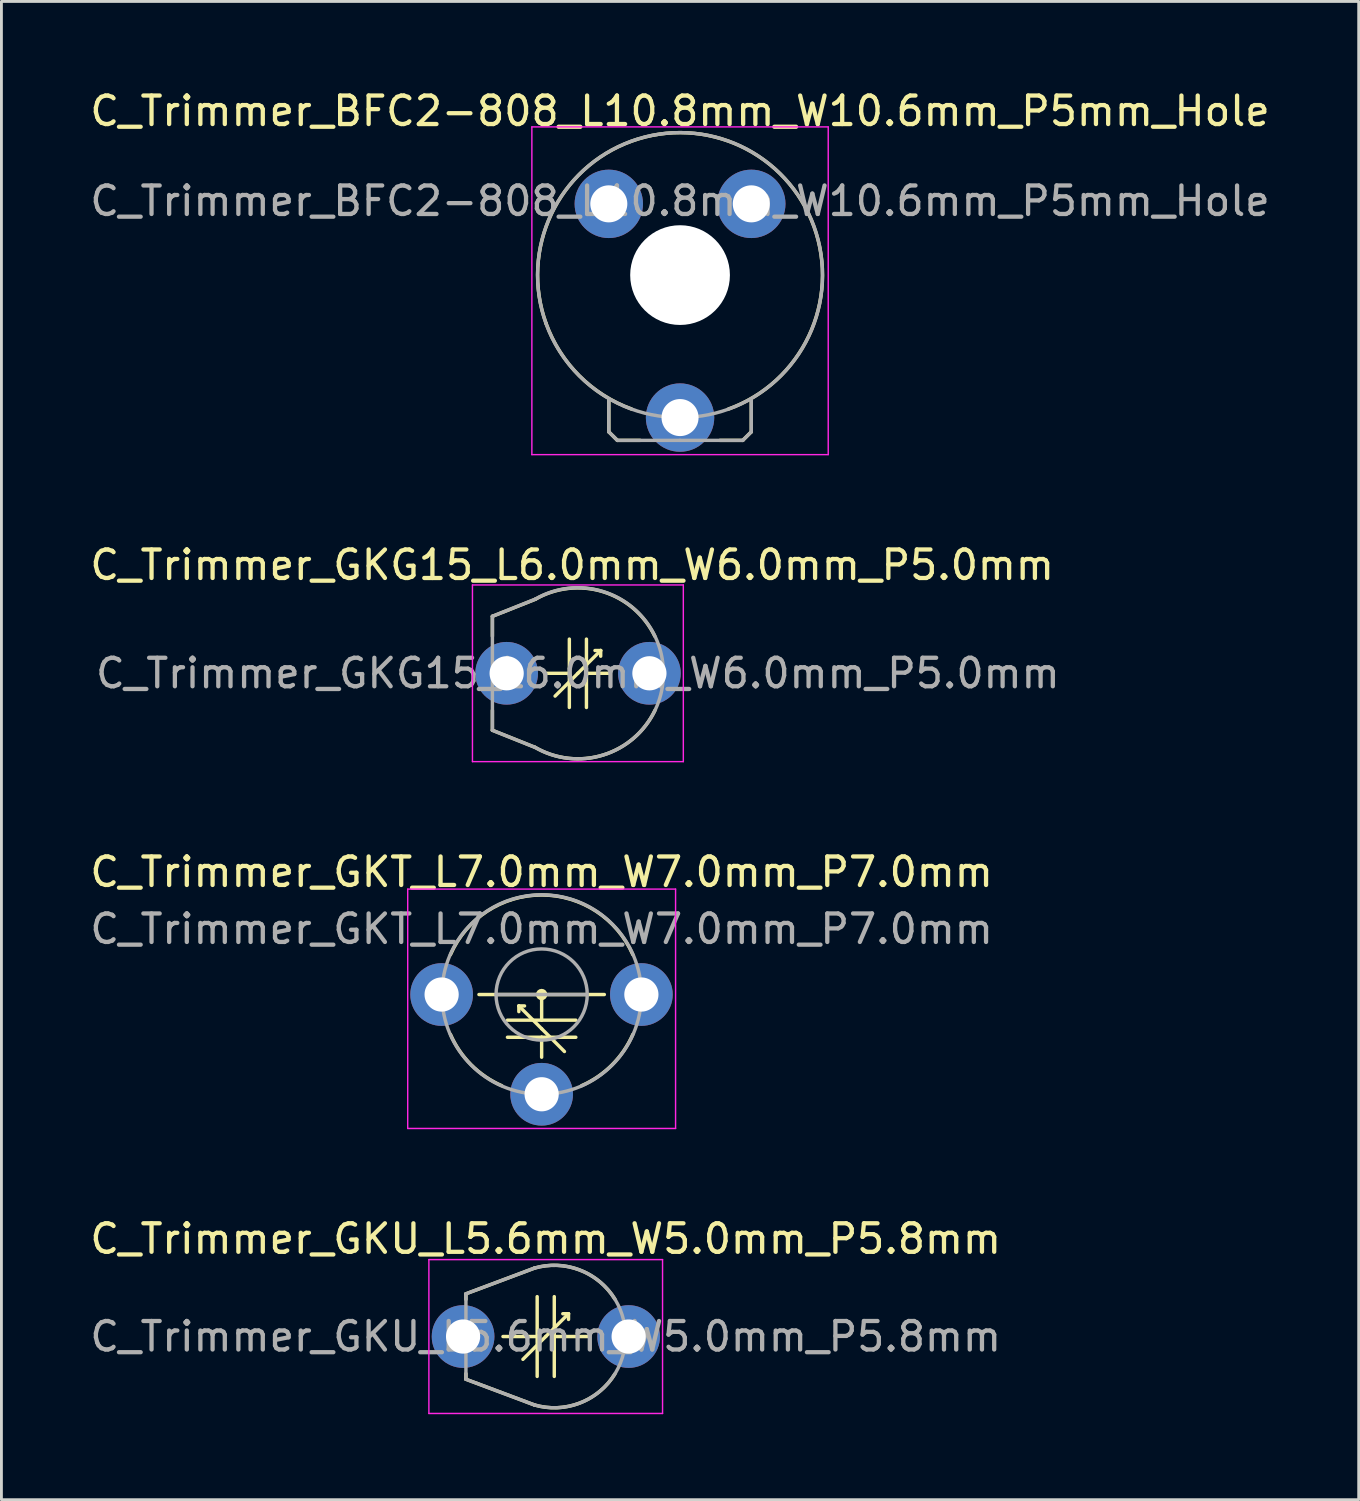
<source format=kicad_pcb>
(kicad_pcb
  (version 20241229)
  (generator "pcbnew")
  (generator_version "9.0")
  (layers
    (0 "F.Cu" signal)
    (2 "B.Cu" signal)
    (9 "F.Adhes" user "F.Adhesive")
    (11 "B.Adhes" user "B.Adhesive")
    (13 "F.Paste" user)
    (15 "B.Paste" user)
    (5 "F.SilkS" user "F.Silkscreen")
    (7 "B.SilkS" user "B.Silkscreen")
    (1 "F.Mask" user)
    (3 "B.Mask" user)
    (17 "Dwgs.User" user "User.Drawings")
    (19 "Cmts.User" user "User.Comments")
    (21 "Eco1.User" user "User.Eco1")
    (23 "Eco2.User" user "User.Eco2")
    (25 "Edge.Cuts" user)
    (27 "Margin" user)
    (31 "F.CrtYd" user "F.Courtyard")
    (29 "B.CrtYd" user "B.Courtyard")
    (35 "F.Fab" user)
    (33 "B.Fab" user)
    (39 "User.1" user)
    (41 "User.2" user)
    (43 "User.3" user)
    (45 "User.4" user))
  (footprint "C_Trimmer_GKT_L7.0mm_W7.0mm_P7.0mm"
    (layer "F.Cu")
    (at 15.958 35.351)
    (property "Reference" "C_Trimmer_GKT_L7.0mm_W7.0mm_P7.0mm" (at 0 -7.8 0) (layer "F.SilkS") (effects (font (size 1 1) (thickness 0.15))))
    (attr through_hole)
    (fp_line (start -2.2 -3.5) (end 2.2 -3.5) (stroke (width 0.12) (type solid)) (layer "F.SilkS"))
    (fp_line (start -0.8 -3.1) (end -0.8 -2.9) (stroke (width 0.12) (type solid)) (layer "F.SilkS"))
    (fp_line (start -0.8 -3.1) (end -0.6 -3.1) (stroke (width 0.12) (type solid)) (layer "F.SilkS"))
    (fp_line (start 0 -2.6) (end 0 -3.5) (stroke (width 0.12) (type solid)) (layer "F.SilkS"))
    (fp_line (start 0 -2.3) (end -0.8 -3.1) (stroke (width 0.12) (type solid)) (layer "F.SilkS"))
    (fp_line (start 0 -2.3) (end 0.8 -1.5) (stroke (width 0.12) (type solid)) (layer "F.SilkS"))
    (fp_line (start 0 -2) (end -1.2 -2) (stroke (width 0.12) (type solid)) (layer "F.SilkS"))
    (fp_line (start 0 -2) (end 1.2 -2) (stroke (width 0.12) (type solid)) (layer "F.SilkS"))
    (fp_line (start 0 -1.3) (end 0 -2) (stroke (width 0.12) (type solid)) (layer "F.SilkS"))
    (fp_line (start 1.2 -2.6) (end -1.2 -2.6) (stroke (width 0.12) (type solid)) (layer "F.SilkS"))
    (fp_arc (start -3.199999 -4.9) (mid 0 -6.992849) (end 3.199999 -4.899999) (stroke (width 0.12) (type solid)) (layer "F.SilkS"))
    (fp_arc (start -1.399999 -0.300001) (mid -2.469817 -1.030183) (end -3.199999 -2.100001) (stroke (width 0.12) (type solid)) (layer "F.SilkS"))
    (fp_arc (start 3.199999 -2.1) (mid 2.469817 -1.030183) (end 1.399999 -0.300001) (stroke (width 0.12) (type solid)) (layer "F.SilkS"))
    (fp_circle (center 0 -3.5) (end 0.1 -3.5) (stroke (width 0.2) (type solid)) (fill no) (layer "F.SilkS"))
    (fp_line (start -4.7 -7.2) (end -4.7 1.2) (stroke (width 0.05) (type solid)) (layer "F.CrtYd"))
    (fp_line (start -4.7 1.2) (end 4.7 1.2) (stroke (width 0.05) (type solid)) (layer "F.CrtYd"))
    (fp_line (start 4.7 -7.2) (end -4.7 -7.2) (stroke (width 0.05) (type solid)) (layer "F.CrtYd"))
    (fp_line (start 4.7 1.2) (end 4.7 -7.2) (stroke (width 0.05) (type solid)) (layer "F.CrtYd"))
    (fp_line (start 1.6 -3.5) (end -1.6 -3.5) (stroke (width 0.12) (type solid)) (layer "F.Fab"))
    (fp_circle (center 0 -3.5) (end 1.6 -3.5) (stroke (width 0.12) (type solid)) (fill no) (layer "F.Fab"))
    (fp_circle (center 0 -3.5) (end 3.5 -3.5) (stroke (width 0.12) (type solid)) (fill no) (layer "F.Fab"))
    (fp_text user "${REFERENCE}" (at 0 -5.8 0) (layer "F.Fab") (effects (font (size 1 1) (thickness 0.15))))
    (pad "1" thru_hole circle (at 0 0) (size 2.2 2.2) (drill 1.2) (layers "*.Cu" "*.Mask"))
    (pad "2" thru_hole circle (at -3.51 -3.5) (size 2.2 2.2) (drill 1.2) (layers "*.Cu" "*.Mask"))
    (pad "2" thru_hole circle (at 3.5 -3.5) (size 2.2 2.2) (drill 1.2) (layers "*.Cu" "*.Mask")))
  (footprint "C_Trimmer_GKU_L5.6mm_W5.0mm_P5.8mm"
    (layer "F.Cu")
    (at 13.201 43.853)
    (property "Reference" "C_Trimmer_GKU_L5.6mm_W5.0mm_P5.8mm" (at 2.9 -3.429 0) (layer "F.SilkS") (effects (font (size 1 1) (thickness 0.15))))
    (attr through_hole)
    (fp_line (start 0.1 -1.5) (end 2.5 -2.4) (stroke (width 0.12) (type solid)) (layer "F.SilkS"))
    (fp_line (start 0.1 -1.3) (end 0.1 -1.5) (stroke (width 0.12) (type solid)) (layer "F.SilkS"))
    (fp_line (start 0.1 1.5) (end 0.1 1.3) (stroke (width 0.12) (type solid)) (layer "F.SilkS"))
    (fp_line (start 0.1 1.5) (end 2.5 2.4) (stroke (width 0.12) (type solid)) (layer "F.SilkS"))
    (fp_line (start 1.4 0) (end 2.6 0) (stroke (width 0.12) (type solid)) (layer "F.SilkS"))
    (fp_line (start 2.6 0) (end 2.6 -1.4) (stroke (width 0.12) (type solid)) (layer "F.SilkS"))
    (fp_line (start 2.6 0) (end 2.6 1.4) (stroke (width 0.12) (type solid)) (layer "F.SilkS"))
    (fp_line (start 2.9 0) (end 2.1 0.8) (stroke (width 0.12) (type solid)) (layer "F.SilkS"))
    (fp_line (start 2.9 0) (end 3.7 -0.8) (stroke (width 0.12) (type solid)) (layer "F.SilkS"))
    (fp_line (start 3.2 0) (end 4.4 0) (stroke (width 0.12) (type solid)) (layer "F.SilkS"))
    (fp_line (start 3.2 1.4) (end 3.2 -1.4) (stroke (width 0.12) (type solid)) (layer "F.SilkS"))
    (fp_line (start 3.7 -0.8) (end 3.5 -0.8) (stroke (width 0.12) (type solid)) (layer "F.SilkS"))
    (fp_line (start 3.7 -0.8) (end 3.7 -0.6) (stroke (width 0.12) (type solid)) (layer "F.SilkS"))
    (fp_arc (start 2.5 -2.4) (mid 4.095504 -2.334111) (end 5.325646 -1.315913) (stroke (width 0.12) (type solid)) (layer "F.SilkS"))
    (fp_arc (start 5.325663 1.315887) (mid 4.095519 2.334105) (end 2.5 2.4) (stroke (width 0.12) (type solid)) (layer "F.SilkS"))
    (fp_line (start -1.2 -2.7) (end -1.2 2.7) (stroke (width 0.05) (type solid)) (layer "F.CrtYd"))
    (fp_line (start -1.2 2.7) (end 7 2.7) (stroke (width 0.05) (type solid)) (layer "F.CrtYd"))
    (fp_line (start 7 -2.7) (end -1.2 -2.7) (stroke (width 0.05) (type solid)) (layer "F.CrtYd"))
    (fp_line (start 7 2.7) (end 7 -2.7) (stroke (width 0.05) (type solid)) (layer "F.CrtYd"))
    (fp_line (start 0.1 -1.5) (end 2.5 -2.4) (stroke (width 0.12) (type solid)) (layer "F.Fab"))
    (fp_line (start 0.1 0) (end 0.1 -1.5) (stroke (width 0.12) (type solid)) (layer "F.Fab"))
    (fp_line (start 0.1 0) (end 0.1 1.5) (stroke (width 0.12) (type solid)) (layer "F.Fab"))
    (fp_line (start 0.1 1.5) (end 2.5 2.4) (stroke (width 0.12) (type solid)) (layer "F.Fab"))
    (fp_arc (start 2.5 -2.4) (mid 5.7 0) (end 2.5 2.4) (stroke (width 0.12) (type solid)) (layer "F.Fab"))
    (fp_text user "${REFERENCE}" (at 2.9 0 0) (layer "F.Fab") (effects (font (size 1 1) (thickness 0.15))))
    (pad "1" thru_hole circle (at 0 0 180) (size 2.2 2.2) (drill 1.2) (layers "*.Cu" "*.Mask"))
    (pad "2" thru_hole circle (at 5.81 0 180) (size 2.2 2.2) (drill 1.2) (layers "*.Cu" "*.Mask")))
  (footprint "C_Trimmer_BFC2-808_L10.8mm_W10.6mm_P5mm_Hole"
    (layer "F.Cu")
    (at 20.815 11.604)
    (property "Reference" "C_Trimmer_BFC2-808_L10.8mm_W10.6mm_P5mm_Hole" (at 0 -10.756 0) (layer "F.SilkS") (effects (font (size 1 1) (thickness 0.15))))
    (attr through_hole)
    (fp_line (start -2.5 0.5) (end -2.5 -0.65) (stroke (width 0.12) (type solid)) (layer "F.SilkS"))
    (fp_line (start -2.2 0.8) (end -2.5 0.5) (stroke (width 0.12) (type solid)) (layer "F.SilkS"))
    (fp_line (start -1.4 0.8) (end -2.2 0.8) (stroke (width 0.12) (type solid)) (layer "F.SilkS"))
    (fp_line (start 1.4 0.8) (end 2.2 0.8) (stroke (width 0.12) (type solid)) (layer "F.SilkS"))
    (fp_line (start 2.2 0.8) (end 2.5 0.5) (stroke (width 0.12) (type solid)) (layer "F.SilkS"))
    (fp_line (start 2.5 0.5) (end 2.5 -0.65) (stroke (width 0.12) (type solid)) (layer "F.SilkS"))
    (fp_arc (start -4.699999 -3.300001) (mid 2.12132 -9.525482) (end 1.699999 -0.300001) (stroke (width 0.12) (type solid)) (layer "F.SilkS"))
    (fp_arc (start -1.7 -0.300001) (mid -3.534119 -1.465882) (end -4.699999 -3.300001) (stroke (width 0.12) (type solid)) (layer "F.SilkS"))
    (fp_line (start -5.2 -10.2) (end -5.2 1.3) (stroke (width 0.05) (type solid)) (layer "F.CrtYd"))
    (fp_line (start -5.2 1.3) (end 5.2 1.3) (stroke (width 0.05) (type solid)) (layer "F.CrtYd"))
    (fp_line (start 5.2 -10.2) (end -5.2 -10.2) (stroke (width 0.05) (type solid)) (layer "F.CrtYd"))
    (fp_line (start 5.2 1.3) (end 5.2 -10.2) (stroke (width 0.05) (type solid)) (layer "F.CrtYd"))
    (fp_line (start -2.5 0.5) (end -2.5 -0.65) (stroke (width 0.12) (type solid)) (layer "F.Fab"))
    (fp_line (start -2.2 0.8) (end -2.5 0.5) (stroke (width 0.12) (type solid)) (layer "F.Fab"))
    (fp_line (start 0 -6.5) (end 0 -3.5) (stroke (width 0.12) (type solid)) (layer "F.Fab"))
    (fp_line (start 0 0.8) (end -2.2 0.8) (stroke (width 0.12) (type solid)) (layer "F.Fab"))
    (fp_line (start 0 0.8) (end 2.2 0.8) (stroke (width 0.12) (type solid)) (layer "F.Fab"))
    (fp_line (start 2.2 0.8) (end 2.5 0.5) (stroke (width 0.12) (type solid)) (layer "F.Fab"))
    (fp_line (start 2.5 0.5) (end 2.5 -0.65) (stroke (width 0.12) (type solid)) (layer "F.Fab"))
    (fp_circle (center 0 -5) (end 1.5 -5) (stroke (width 0.12) (type solid)) (fill no) (layer "F.Fab"))
    (fp_circle (center 0 -5) (end 5 -5) (stroke (width 0.12) (type solid)) (fill no) (layer "F.Fab"))
    (fp_text user "${REFERENCE}" (at 0 -7.6 0) (layer "F.Fab") (effects (font (size 1 1) (thickness 0.15))))
    (pad "" np_thru_hole circle (at 0 -5) (size 3.5 3.5) (drill 3.5) (layers "*.Cu" "*.Mask"))
    (pad "1" thru_hole circle (at 0 0) (size 2.4 2.4) (drill 1.3) (layers "*.Cu" "*.Mask"))
    (pad "2" thru_hole circle (at -2.5 -7.5) (size 2.4 2.4) (drill 1.3) (layers "*.Cu" "*.Mask"))
    (pad "2" thru_hole circle (at 2.5 -7.5) (size 2.4 2.4) (drill 1.3) (layers "*.Cu" "*.Mask")))
  (footprint "C_Trimmer_GKG15_L6.0mm_W6.0mm_P5.0mm"
    (layer "F.Cu")
    (at 14.73 20.578)
    (property "Reference" "C_Trimmer_GKG15_L6.0mm_W6.0mm_P5.0mm" (at 2.3 -3.8 180) (layer "F.SilkS") (effects (font (size 1 1) (thickness 0.15))))
    (attr through_hole)
    (fp_line (start -0.5 -2) (end -0.5 -1.3) (stroke (width 0.12) (type solid)) (layer "F.SilkS"))
    (fp_line (start -0.5 -2) (end 1.002 -2.596) (stroke (width 0.12) (type solid)) (layer "F.SilkS"))
    (fp_line (start -0.5 2) (end -0.5 1.3) (stroke (width 0.12) (type solid)) (layer "F.SilkS"))
    (fp_line (start -0.5 2) (end 1 2.6) (stroke (width 0.12) (type solid)) (layer "F.SilkS"))
    (fp_line (start 1.4 0) (end 2.2 0) (stroke (width 0.12) (type solid)) (layer "F.SilkS"))
    (fp_line (start 2.2 0) (end 2.2 -1.2) (stroke (width 0.12) (type solid)) (layer "F.SilkS"))
    (fp_line (start 2.2 0) (end 2.2 1.2) (stroke (width 0.12) (type solid)) (layer "F.SilkS"))
    (fp_line (start 2.5 0) (end 1.7 0.8) (stroke (width 0.12) (type solid)) (layer "F.SilkS"))
    (fp_line (start 2.5 0) (end 3.3 -0.8) (stroke (width 0.12) (type solid)) (layer "F.SilkS"))
    (fp_line (start 2.8 0) (end 3.6 0) (stroke (width 0.12) (type solid)) (layer "F.SilkS"))
    (fp_line (start 2.8 1.2) (end 2.8 -1.2) (stroke (width 0.12) (type solid)) (layer "F.SilkS"))
    (fp_line (start 3.3 -0.8) (end 3.1 -0.8) (stroke (width 0.12) (type solid)) (layer "F.SilkS"))
    (fp_line (start 3.3 -0.8) (end 3.3 -0.6) (stroke (width 0.12) (type solid)) (layer "F.SilkS"))
    (fp_arc (start 1.0025 -2.595667) (mid 3.38385 -2.863355) (end 5.199999 -1.299999) (stroke (width 0.12) (type solid)) (layer "F.SilkS"))
    (fp_arc (start 5.204505 1.302169) (mid 3.385324 2.868134) (end 1.000001 2.599999) (stroke (width 0.12) (type solid)) (layer "F.SilkS"))
    (fp_line (start -1.2 -3.1) (end -1.2 3.1) (stroke (width 0.05) (type solid)) (layer "F.CrtYd"))
    (fp_line (start -1.2 3.1) (end 6.2 3.1) (stroke (width 0.05) (type solid)) (layer "F.CrtYd"))
    (fp_line (start 6.2 -3.1) (end -1.2 -3.1) (stroke (width 0.05) (type solid)) (layer "F.CrtYd"))
    (fp_line (start 6.2 3.1) (end 6.2 -3.1) (stroke (width 0.05) (type solid)) (layer "F.CrtYd"))
    (fp_line (start -0.5 -2) (end 1 -2.6) (stroke (width 0.12) (type solid)) (layer "F.Fab"))
    (fp_line (start -0.5 0) (end -0.5 -2) (stroke (width 0.12) (type solid)) (layer "F.Fab"))
    (fp_line (start -0.5 2) (end -0.5 0) (stroke (width 0.12) (type solid)) (layer "F.Fab"))
    (fp_line (start -0.5 2) (end 1 2.6) (stroke (width 0.12) (type solid)) (layer "F.Fab"))
    (fp_arc (start 1 -2.599999) (mid 5.501665 0) (end 1.000001 2.599999) (stroke (width 0.12) (type solid)) (layer "F.Fab"))
    (fp_text user "${REFERENCE}" (at 2.5 0 180) (layer "F.Fab") (effects (font (size 1 1) (thickness 0.15))))
    (pad "1" thru_hole circle (at 0 0 180) (size 2.2 2.2) (drill 1.2) (layers "*.Cu" "*.Mask"))
    (pad "2" thru_hole circle (at 5.01 0 180) (size 2.2 2.2) (drill 1.2) (layers "*.Cu" "*.Mask")))
  (gr_rect
    (start -3 -3)
    (end 44.631 49.578)
    (stroke (width 0.1) (type default))
    (fill no)
    (layer "Edge.Cuts")))
</source>
